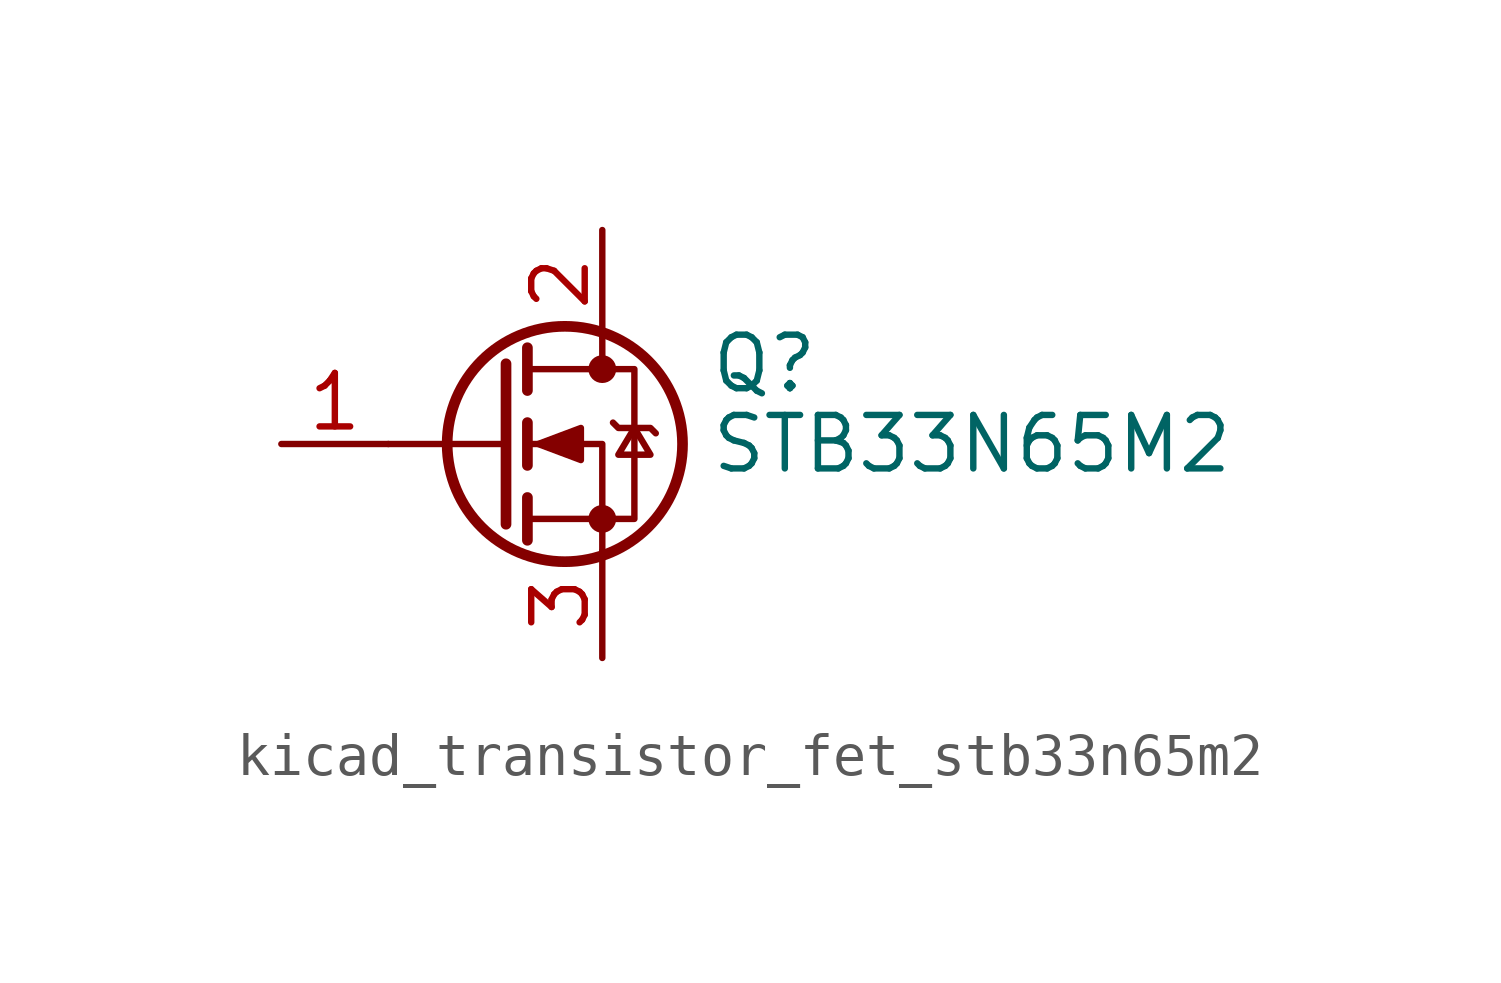
<source format=kicad_sym>
(kicad_symbol_lib
  (version 20220914)
  (generator kicad_symbol_editor)
  (symbol "kicad_transistor_fet_stb33n65m2"
    (pin_names hide)
    (property "Reference" "Q"
      (at 5.08 1.905 0)
      (effects (font (size 1.27 1.27)) (justify left)))
    (property "Value" "STB33N65M2"
      (at 5.08 0 0)
      (effects (font (size 1.27 1.27)) (justify left)))
    (symbol "kicad_transistor_fet_stb33n65m2_0_1"
      (polyline (pts (xy 0.254 0) (xy -2.54 0)) (stroke (width 0) (type default)) (fill (type none)))
      (polyline (pts (xy 0.254 1.905) (xy 0.254 -1.905)) (stroke (width 0.254) (type default)) (fill (type none)))
      (polyline (pts (xy 0.762 -1.27) (xy 0.762 -2.286)) (stroke (width 0.254) (type default)) (fill (type none)))
      (polyline (pts (xy 0.762 0.508) (xy 0.762 -0.508)) (stroke (width 0.254) (type default)) (fill (type none)))
      (polyline (pts (xy 0.762 2.286) (xy 0.762 1.27)) (stroke (width 0.254) (type default)) (fill (type none)))
      (polyline (pts (xy 2.54 2.54) (xy 2.54 1.778)) (stroke (width 0) (type default)) (fill (type none)))
      (polyline (pts (xy 2.54 -2.54) (xy 2.54 0) (xy 0.762 0)) (stroke (width 0) (type default)) (fill (type none)))
      (polyline (pts (xy 0.762 -1.778) (xy 3.302 -1.778) (xy 3.302 1.778) (xy 0.762 1.778)) (stroke (width 0) (type default)) (fill (type none)))
      (polyline (pts (xy 1.016 0) (xy 2.032 0.381) (xy 2.032 -0.381) (xy 1.016 0)) (stroke (width 0) (type default)) (fill (type outline)))
      (polyline (pts (xy 2.794 0.508) (xy 2.921 0.381) (xy 3.683 0.381) (xy 3.81 0.254)) (stroke (width 0) (type default)) (fill (type none)))
      (polyline (pts (xy 3.302 0.381) (xy 2.921 -0.254) (xy 3.683 -0.254) (xy 3.302 0.381)) (stroke (width 0) (type default)) (fill (type none)))
      (circle (center 1.651 0) (radius 2.794) (stroke (width 0.254) (type default)) (fill (type none)))
      (circle (center 2.54 -1.778) (radius 0.254) (stroke (width 0) (type default)) (fill (type outline)))
      (circle (center 2.54 1.778) (radius 0.254) (stroke (width 0) (type default)) (fill (type outline))))
    (symbol "kicad_transistor_fet_stb33n65m2_1_1"
      (pin passive line (at -5.08 0 0) (length 2.54) (name "G" (effects (font (size 1.27 1.27)))) (number "1" (effects (font (size 1.27 1.27)))))
      (pin passive line (at 2.54 5.08 270) (length 2.54) (name "D" (effects (font (size 1.27 1.27)))) (number "2" (effects (font (size 1.27 1.27)))))
      (pin passive line (at 2.54 -5.08 90) (length 2.54) (name "S" (effects (font (size 1.27 1.27)))) (number "3" (effects (font (size 1.27 1.27))))))))
</source>
